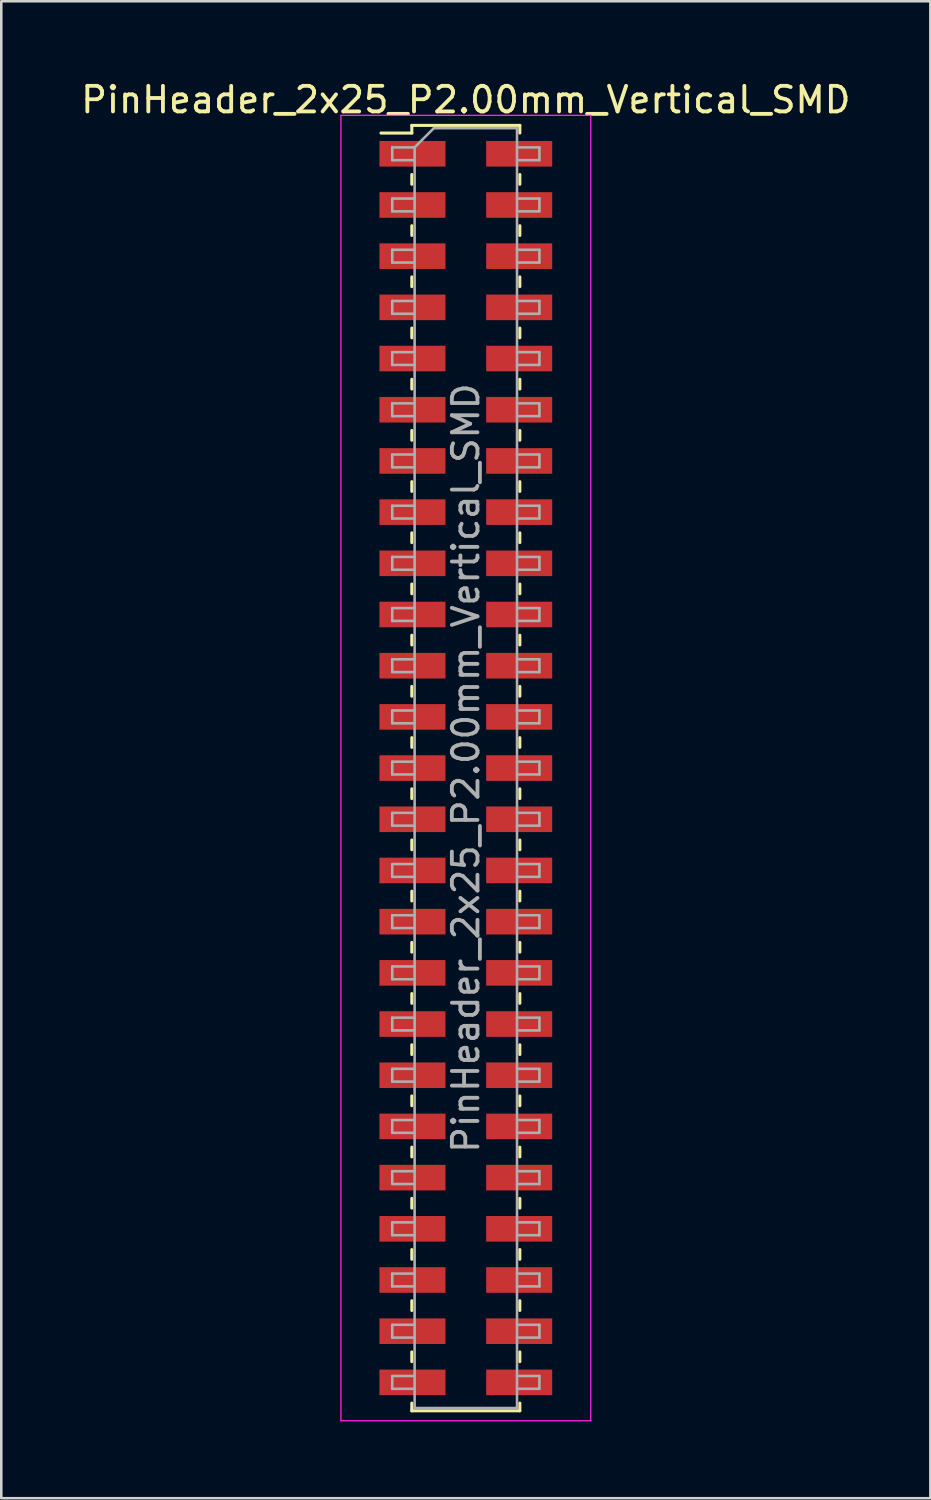
<source format=kicad_pcb>
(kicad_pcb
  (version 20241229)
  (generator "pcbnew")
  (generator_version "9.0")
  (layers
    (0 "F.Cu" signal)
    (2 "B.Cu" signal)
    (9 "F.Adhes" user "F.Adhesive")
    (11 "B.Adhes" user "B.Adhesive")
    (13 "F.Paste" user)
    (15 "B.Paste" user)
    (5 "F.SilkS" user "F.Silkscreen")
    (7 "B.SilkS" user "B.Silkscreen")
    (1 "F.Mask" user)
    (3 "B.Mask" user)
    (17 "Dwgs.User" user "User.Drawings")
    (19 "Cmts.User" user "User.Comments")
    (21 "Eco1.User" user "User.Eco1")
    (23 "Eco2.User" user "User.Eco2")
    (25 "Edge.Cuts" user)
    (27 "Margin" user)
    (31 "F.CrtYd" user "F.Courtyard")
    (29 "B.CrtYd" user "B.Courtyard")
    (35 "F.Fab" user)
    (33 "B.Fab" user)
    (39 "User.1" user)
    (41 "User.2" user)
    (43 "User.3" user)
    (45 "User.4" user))
  (footprint "PinHeader_2x25_P2.00mm_Vertical_SMD"
    (layer "F.Cu")
    (at 15.149 26.958)
    (property "Reference" "PinHeader_2x25_P2.00mm_Vertical_SMD" (at 0 -26.11 0) (layer "F.SilkS") (effects (font (size 1 1) (thickness 0.15))))
    (attr smd)
    (fp_line (start -3.315 -24.81) (end -2.11 -24.81) (stroke (width 0.12) (type solid)) (layer "F.SilkS"))
    (fp_line (start -2.11 -25.11) (end -2.11 -24.81) (stroke (width 0.12) (type solid)) (layer "F.SilkS"))
    (fp_line (start -2.11 -25.11) (end 2.11 -25.11) (stroke (width 0.12) (type solid)) (layer "F.SilkS"))
    (fp_line (start -2.11 -23.19) (end -2.11 -22.81) (stroke (width 0.12) (type solid)) (layer "F.SilkS"))
    (fp_line (start -2.11 -21.19) (end -2.11 -20.81) (stroke (width 0.12) (type solid)) (layer "F.SilkS"))
    (fp_line (start -2.11 -19.19) (end -2.11 -18.81) (stroke (width 0.12) (type solid)) (layer "F.SilkS"))
    (fp_line (start -2.11 -17.19) (end -2.11 -16.81) (stroke (width 0.12) (type solid)) (layer "F.SilkS"))
    (fp_line (start -2.11 -15.19) (end -2.11 -14.81) (stroke (width 0.12) (type solid)) (layer "F.SilkS"))
    (fp_line (start -2.11 -13.19) (end -2.11 -12.81) (stroke (width 0.12) (type solid)) (layer "F.SilkS"))
    (fp_line (start -2.11 -11.19) (end -2.11 -10.81) (stroke (width 0.12) (type solid)) (layer "F.SilkS"))
    (fp_line (start -2.11 -9.19) (end -2.11 -8.81) (stroke (width 0.12) (type solid)) (layer "F.SilkS"))
    (fp_line (start -2.11 -7.19) (end -2.11 -6.81) (stroke (width 0.12) (type solid)) (layer "F.SilkS"))
    (fp_line (start -2.11 -5.19) (end -2.11 -4.81) (stroke (width 0.12) (type solid)) (layer "F.SilkS"))
    (fp_line (start -2.11 -3.19) (end -2.11 -2.81) (stroke (width 0.12) (type solid)) (layer "F.SilkS"))
    (fp_line (start -2.11 -1.19) (end -2.11 -0.81) (stroke (width 0.12) (type solid)) (layer "F.SilkS"))
    (fp_line (start -2.11 0.81) (end -2.11 1.19) (stroke (width 0.12) (type solid)) (layer "F.SilkS"))
    (fp_line (start -2.11 2.81) (end -2.11 3.19) (stroke (width 0.12) (type solid)) (layer "F.SilkS"))
    (fp_line (start -2.11 4.81) (end -2.11 5.19) (stroke (width 0.12) (type solid)) (layer "F.SilkS"))
    (fp_line (start -2.11 6.81) (end -2.11 7.19) (stroke (width 0.12) (type solid)) (layer "F.SilkS"))
    (fp_line (start -2.11 8.81) (end -2.11 9.19) (stroke (width 0.12) (type solid)) (layer "F.SilkS"))
    (fp_line (start -2.11 10.81) (end -2.11 11.19) (stroke (width 0.12) (type solid)) (layer "F.SilkS"))
    (fp_line (start -2.11 12.81) (end -2.11 13.19) (stroke (width 0.12) (type solid)) (layer "F.SilkS"))
    (fp_line (start -2.11 14.81) (end -2.11 15.19) (stroke (width 0.12) (type solid)) (layer "F.SilkS"))
    (fp_line (start -2.11 16.81) (end -2.11 17.19) (stroke (width 0.12) (type solid)) (layer "F.SilkS"))
    (fp_line (start -2.11 18.81) (end -2.11 19.19) (stroke (width 0.12) (type solid)) (layer "F.SilkS"))
    (fp_line (start -2.11 20.81) (end -2.11 21.19) (stroke (width 0.12) (type solid)) (layer "F.SilkS"))
    (fp_line (start -2.11 22.81) (end -2.11 23.19) (stroke (width 0.12) (type solid)) (layer "F.SilkS"))
    (fp_line (start -2.11 24.81) (end -2.11 25.11) (stroke (width 0.12) (type solid)) (layer "F.SilkS"))
    (fp_line (start -2.11 25.11) (end 2.11 25.11) (stroke (width 0.12) (type solid)) (layer "F.SilkS"))
    (fp_line (start 2.11 -25.11) (end 2.11 -24.81) (stroke (width 0.12) (type solid)) (layer "F.SilkS"))
    (fp_line (start 2.11 -23.19) (end 2.11 -22.81) (stroke (width 0.12) (type solid)) (layer "F.SilkS"))
    (fp_line (start 2.11 -21.19) (end 2.11 -20.81) (stroke (width 0.12) (type solid)) (layer "F.SilkS"))
    (fp_line (start 2.11 -19.19) (end 2.11 -18.81) (stroke (width 0.12) (type solid)) (layer "F.SilkS"))
    (fp_line (start 2.11 -17.19) (end 2.11 -16.81) (stroke (width 0.12) (type solid)) (layer "F.SilkS"))
    (fp_line (start 2.11 -15.19) (end 2.11 -14.81) (stroke (width 0.12) (type solid)) (layer "F.SilkS"))
    (fp_line (start 2.11 -13.19) (end 2.11 -12.81) (stroke (width 0.12) (type solid)) (layer "F.SilkS"))
    (fp_line (start 2.11 -11.19) (end 2.11 -10.81) (stroke (width 0.12) (type solid)) (layer "F.SilkS"))
    (fp_line (start 2.11 -9.19) (end 2.11 -8.81) (stroke (width 0.12) (type solid)) (layer "F.SilkS"))
    (fp_line (start 2.11 -7.19) (end 2.11 -6.81) (stroke (width 0.12) (type solid)) (layer "F.SilkS"))
    (fp_line (start 2.11 -5.19) (end 2.11 -4.81) (stroke (width 0.12) (type solid)) (layer "F.SilkS"))
    (fp_line (start 2.11 -3.19) (end 2.11 -2.81) (stroke (width 0.12) (type solid)) (layer "F.SilkS"))
    (fp_line (start 2.11 -1.19) (end 2.11 -0.81) (stroke (width 0.12) (type solid)) (layer "F.SilkS"))
    (fp_line (start 2.11 0.81) (end 2.11 1.19) (stroke (width 0.12) (type solid)) (layer "F.SilkS"))
    (fp_line (start 2.11 2.81) (end 2.11 3.19) (stroke (width 0.12) (type solid)) (layer "F.SilkS"))
    (fp_line (start 2.11 4.81) (end 2.11 5.19) (stroke (width 0.12) (type solid)) (layer "F.SilkS"))
    (fp_line (start 2.11 6.81) (end 2.11 7.19) (stroke (width 0.12) (type solid)) (layer "F.SilkS"))
    (fp_line (start 2.11 8.81) (end 2.11 9.19) (stroke (width 0.12) (type solid)) (layer "F.SilkS"))
    (fp_line (start 2.11 10.81) (end 2.11 11.19) (stroke (width 0.12) (type solid)) (layer "F.SilkS"))
    (fp_line (start 2.11 12.81) (end 2.11 13.19) (stroke (width 0.12) (type solid)) (layer "F.SilkS"))
    (fp_line (start 2.11 14.81) (end 2.11 15.19) (stroke (width 0.12) (type solid)) (layer "F.SilkS"))
    (fp_line (start 2.11 16.81) (end 2.11 17.19) (stroke (width 0.12) (type solid)) (layer "F.SilkS"))
    (fp_line (start 2.11 18.81) (end 2.11 19.19) (stroke (width 0.12) (type solid)) (layer "F.SilkS"))
    (fp_line (start 2.11 20.81) (end 2.11 21.19) (stroke (width 0.12) (type solid)) (layer "F.SilkS"))
    (fp_line (start 2.11 22.81) (end 2.11 23.19) (stroke (width 0.12) (type solid)) (layer "F.SilkS"))
    (fp_line (start 2.11 24.81) (end 2.11 25.11) (stroke (width 0.12) (type solid)) (layer "F.SilkS"))
    (fp_line (start -4.88 -25.5) (end -4.88 25.5) (stroke (width 0.05) (type solid)) (layer "F.CrtYd"))
    (fp_line (start -4.88 25.5) (end 4.88 25.5) (stroke (width 0.05) (type solid)) (layer "F.CrtYd"))
    (fp_line (start 4.88 -25.5) (end -4.88 -25.5) (stroke (width 0.05) (type solid)) (layer "F.CrtYd"))
    (fp_line (start 4.88 25.5) (end 4.88 -25.5) (stroke (width 0.05) (type solid)) (layer "F.CrtYd"))
    (fp_line (start -2.875 -24.25) (end -2.875 -23.75) (stroke (width 0.1) (type solid)) (layer "F.Fab"))
    (fp_line (start -2.875 -23.75) (end -2 -23.75) (stroke (width 0.1) (type solid)) (layer "F.Fab"))
    (fp_line (start -2.875 -22.25) (end -2.875 -21.75) (stroke (width 0.1) (type solid)) (layer "F.Fab"))
    (fp_line (start -2.875 -21.75) (end -2 -21.75) (stroke (width 0.1) (type solid)) (layer "F.Fab"))
    (fp_line (start -2.875 -20.25) (end -2.875 -19.75) (stroke (width 0.1) (type solid)) (layer "F.Fab"))
    (fp_line (start -2.875 -19.75) (end -2 -19.75) (stroke (width 0.1) (type solid)) (layer "F.Fab"))
    (fp_line (start -2.875 -18.25) (end -2.875 -17.75) (stroke (width 0.1) (type solid)) (layer "F.Fab"))
    (fp_line (start -2.875 -17.75) (end -2 -17.75) (stroke (width 0.1) (type solid)) (layer "F.Fab"))
    (fp_line (start -2.875 -16.25) (end -2.875 -15.75) (stroke (width 0.1) (type solid)) (layer "F.Fab"))
    (fp_line (start -2.875 -15.75) (end -2 -15.75) (stroke (width 0.1) (type solid)) (layer "F.Fab"))
    (fp_line (start -2.875 -14.25) (end -2.875 -13.75) (stroke (width 0.1) (type solid)) (layer "F.Fab"))
    (fp_line (start -2.875 -13.75) (end -2 -13.75) (stroke (width 0.1) (type solid)) (layer "F.Fab"))
    (fp_line (start -2.875 -12.25) (end -2.875 -11.75) (stroke (width 0.1) (type solid)) (layer "F.Fab"))
    (fp_line (start -2.875 -11.75) (end -2 -11.75) (stroke (width 0.1) (type solid)) (layer "F.Fab"))
    (fp_line (start -2.875 -10.25) (end -2.875 -9.75) (stroke (width 0.1) (type solid)) (layer "F.Fab"))
    (fp_line (start -2.875 -9.75) (end -2 -9.75) (stroke (width 0.1) (type solid)) (layer "F.Fab"))
    (fp_line (start -2.875 -8.25) (end -2.875 -7.75) (stroke (width 0.1) (type solid)) (layer "F.Fab"))
    (fp_line (start -2.875 -7.75) (end -2 -7.75) (stroke (width 0.1) (type solid)) (layer "F.Fab"))
    (fp_line (start -2.875 -6.25) (end -2.875 -5.75) (stroke (width 0.1) (type solid)) (layer "F.Fab"))
    (fp_line (start -2.875 -5.75) (end -2 -5.75) (stroke (width 0.1) (type solid)) (layer "F.Fab"))
    (fp_line (start -2.875 -4.25) (end -2.875 -3.75) (stroke (width 0.1) (type solid)) (layer "F.Fab"))
    (fp_line (start -2.875 -3.75) (end -2 -3.75) (stroke (width 0.1) (type solid)) (layer "F.Fab"))
    (fp_line (start -2.875 -2.25) (end -2.875 -1.75) (stroke (width 0.1) (type solid)) (layer "F.Fab"))
    (fp_line (start -2.875 -1.75) (end -2 -1.75) (stroke (width 0.1) (type solid)) (layer "F.Fab"))
    (fp_line (start -2.875 -0.25) (end -2.875 0.25) (stroke (width 0.1) (type solid)) (layer "F.Fab"))
    (fp_line (start -2.875 0.25) (end -2 0.25) (stroke (width 0.1) (type solid)) (layer "F.Fab"))
    (fp_line (start -2.875 1.75) (end -2.875 2.25) (stroke (width 0.1) (type solid)) (layer "F.Fab"))
    (fp_line (start -2.875 2.25) (end -2 2.25) (stroke (width 0.1) (type solid)) (layer "F.Fab"))
    (fp_line (start -2.875 3.75) (end -2.875 4.25) (stroke (width 0.1) (type solid)) (layer "F.Fab"))
    (fp_line (start -2.875 4.25) (end -2 4.25) (stroke (width 0.1) (type solid)) (layer "F.Fab"))
    (fp_line (start -2.875 5.75) (end -2.875 6.25) (stroke (width 0.1) (type solid)) (layer "F.Fab"))
    (fp_line (start -2.875 6.25) (end -2 6.25) (stroke (width 0.1) (type solid)) (layer "F.Fab"))
    (fp_line (start -2.875 7.75) (end -2.875 8.25) (stroke (width 0.1) (type solid)) (layer "F.Fab"))
    (fp_line (start -2.875 8.25) (end -2 8.25) (stroke (width 0.1) (type solid)) (layer "F.Fab"))
    (fp_line (start -2.875 9.75) (end -2.875 10.25) (stroke (width 0.1) (type solid)) (layer "F.Fab"))
    (fp_line (start -2.875 10.25) (end -2 10.25) (stroke (width 0.1) (type solid)) (layer "F.Fab"))
    (fp_line (start -2.875 11.75) (end -2.875 12.25) (stroke (width 0.1) (type solid)) (layer "F.Fab"))
    (fp_line (start -2.875 12.25) (end -2 12.25) (stroke (width 0.1) (type solid)) (layer "F.Fab"))
    (fp_line (start -2.875 13.75) (end -2.875 14.25) (stroke (width 0.1) (type solid)) (layer "F.Fab"))
    (fp_line (start -2.875 14.25) (end -2 14.25) (stroke (width 0.1) (type solid)) (layer "F.Fab"))
    (fp_line (start -2.875 15.75) (end -2.875 16.25) (stroke (width 0.1) (type solid)) (layer "F.Fab"))
    (fp_line (start -2.875 16.25) (end -2 16.25) (stroke (width 0.1) (type solid)) (layer "F.Fab"))
    (fp_line (start -2.875 17.75) (end -2.875 18.25) (stroke (width 0.1) (type solid)) (layer "F.Fab"))
    (fp_line (start -2.875 18.25) (end -2 18.25) (stroke (width 0.1) (type solid)) (layer "F.Fab"))
    (fp_line (start -2.875 19.75) (end -2.875 20.25) (stroke (width 0.1) (type solid)) (layer "F.Fab"))
    (fp_line (start -2.875 20.25) (end -2 20.25) (stroke (width 0.1) (type solid)) (layer "F.Fab"))
    (fp_line (start -2.875 21.75) (end -2.875 22.25) (stroke (width 0.1) (type solid)) (layer "F.Fab"))
    (fp_line (start -2.875 22.25) (end -2 22.25) (stroke (width 0.1) (type solid)) (layer "F.Fab"))
    (fp_line (start -2.875 23.75) (end -2.875 24.25) (stroke (width 0.1) (type solid)) (layer "F.Fab"))
    (fp_line (start -2.875 24.25) (end -2 24.25) (stroke (width 0.1) (type solid)) (layer "F.Fab"))
    (fp_line (start -2 -24.25) (end -2.875 -24.25) (stroke (width 0.1) (type solid)) (layer "F.Fab"))
    (fp_line (start -2 -24.25) (end -1.25 -25) (stroke (width 0.1) (type solid)) (layer "F.Fab"))
    (fp_line (start -2 -22.25) (end -2.875 -22.25) (stroke (width 0.1) (type solid)) (layer "F.Fab"))
    (fp_line (start -2 -20.25) (end -2.875 -20.25) (stroke (width 0.1) (type solid)) (layer "F.Fab"))
    (fp_line (start -2 -18.25) (end -2.875 -18.25) (stroke (width 0.1) (type solid)) (layer "F.Fab"))
    (fp_line (start -2 -16.25) (end -2.875 -16.25) (stroke (width 0.1) (type solid)) (layer "F.Fab"))
    (fp_line (start -2 -14.25) (end -2.875 -14.25) (stroke (width 0.1) (type solid)) (layer "F.Fab"))
    (fp_line (start -2 -12.25) (end -2.875 -12.25) (stroke (width 0.1) (type solid)) (layer "F.Fab"))
    (fp_line (start -2 -10.25) (end -2.875 -10.25) (stroke (width 0.1) (type solid)) (layer "F.Fab"))
    (fp_line (start -2 -8.25) (end -2.875 -8.25) (stroke (width 0.1) (type solid)) (layer "F.Fab"))
    (fp_line (start -2 -6.25) (end -2.875 -6.25) (stroke (width 0.1) (type solid)) (layer "F.Fab"))
    (fp_line (start -2 -4.25) (end -2.875 -4.25) (stroke (width 0.1) (type solid)) (layer "F.Fab"))
    (fp_line (start -2 -2.25) (end -2.875 -2.25) (stroke (width 0.1) (type solid)) (layer "F.Fab"))
    (fp_line (start -2 -0.25) (end -2.875 -0.25) (stroke (width 0.1) (type solid)) (layer "F.Fab"))
    (fp_line (start -2 1.75) (end -2.875 1.75) (stroke (width 0.1) (type solid)) (layer "F.Fab"))
    (fp_line (start -2 3.75) (end -2.875 3.75) (stroke (width 0.1) (type solid)) (layer "F.Fab"))
    (fp_line (start -2 5.75) (end -2.875 5.75) (stroke (width 0.1) (type solid)) (layer "F.Fab"))
    (fp_line (start -2 7.75) (end -2.875 7.75) (stroke (width 0.1) (type solid)) (layer "F.Fab"))
    (fp_line (start -2 9.75) (end -2.875 9.75) (stroke (width 0.1) (type solid)) (layer "F.Fab"))
    (fp_line (start -2 11.75) (end -2.875 11.75) (stroke (width 0.1) (type solid)) (layer "F.Fab"))
    (fp_line (start -2 13.75) (end -2.875 13.75) (stroke (width 0.1) (type solid)) (layer "F.Fab"))
    (fp_line (start -2 15.75) (end -2.875 15.75) (stroke (width 0.1) (type solid)) (layer "F.Fab"))
    (fp_line (start -2 17.75) (end -2.875 17.75) (stroke (width 0.1) (type solid)) (layer "F.Fab"))
    (fp_line (start -2 19.75) (end -2.875 19.75) (stroke (width 0.1) (type solid)) (layer "F.Fab"))
    (fp_line (start -2 21.75) (end -2.875 21.75) (stroke (width 0.1) (type solid)) (layer "F.Fab"))
    (fp_line (start -2 23.75) (end -2.875 23.75) (stroke (width 0.1) (type solid)) (layer "F.Fab"))
    (fp_line (start -2 25) (end -2 -24.25) (stroke (width 0.1) (type solid)) (layer "F.Fab"))
    (fp_line (start -1.25 -25) (end 2 -25) (stroke (width 0.1) (type solid)) (layer "F.Fab"))
    (fp_line (start 2 -25) (end 2 25) (stroke (width 0.1) (type solid)) (layer "F.Fab"))
    (fp_line (start 2 -24.25) (end 2.875 -24.25) (stroke (width 0.1) (type solid)) (layer "F.Fab"))
    (fp_line (start 2 -22.25) (end 2.875 -22.25) (stroke (width 0.1) (type solid)) (layer "F.Fab"))
    (fp_line (start 2 -20.25) (end 2.875 -20.25) (stroke (width 0.1) (type solid)) (layer "F.Fab"))
    (fp_line (start 2 -18.25) (end 2.875 -18.25) (stroke (width 0.1) (type solid)) (layer "F.Fab"))
    (fp_line (start 2 -16.25) (end 2.875 -16.25) (stroke (width 0.1) (type solid)) (layer "F.Fab"))
    (fp_line (start 2 -14.25) (end 2.875 -14.25) (stroke (width 0.1) (type solid)) (layer "F.Fab"))
    (fp_line (start 2 -12.25) (end 2.875 -12.25) (stroke (width 0.1) (type solid)) (layer "F.Fab"))
    (fp_line (start 2 -10.25) (end 2.875 -10.25) (stroke (width 0.1) (type solid)) (layer "F.Fab"))
    (fp_line (start 2 -8.25) (end 2.875 -8.25) (stroke (width 0.1) (type solid)) (layer "F.Fab"))
    (fp_line (start 2 -6.25) (end 2.875 -6.25) (stroke (width 0.1) (type solid)) (layer "F.Fab"))
    (fp_line (start 2 -4.25) (end 2.875 -4.25) (stroke (width 0.1) (type solid)) (layer "F.Fab"))
    (fp_line (start 2 -2.25) (end 2.875 -2.25) (stroke (width 0.1) (type solid)) (layer "F.Fab"))
    (fp_line (start 2 -0.25) (end 2.875 -0.25) (stroke (width 0.1) (type solid)) (layer "F.Fab"))
    (fp_line (start 2 1.75) (end 2.875 1.75) (stroke (width 0.1) (type solid)) (layer "F.Fab"))
    (fp_line (start 2 3.75) (end 2.875 3.75) (stroke (width 0.1) (type solid)) (layer "F.Fab"))
    (fp_line (start 2 5.75) (end 2.875 5.75) (stroke (width 0.1) (type solid)) (layer "F.Fab"))
    (fp_line (start 2 7.75) (end 2.875 7.75) (stroke (width 0.1) (type solid)) (layer "F.Fab"))
    (fp_line (start 2 9.75) (end 2.875 9.75) (stroke (width 0.1) (type solid)) (layer "F.Fab"))
    (fp_line (start 2 11.75) (end 2.875 11.75) (stroke (width 0.1) (type solid)) (layer "F.Fab"))
    (fp_line (start 2 13.75) (end 2.875 13.75) (stroke (width 0.1) (type solid)) (layer "F.Fab"))
    (fp_line (start 2 15.75) (end 2.875 15.75) (stroke (width 0.1) (type solid)) (layer "F.Fab"))
    (fp_line (start 2 17.75) (end 2.875 17.75) (stroke (width 0.1) (type solid)) (layer "F.Fab"))
    (fp_line (start 2 19.75) (end 2.875 19.75) (stroke (width 0.1) (type solid)) (layer "F.Fab"))
    (fp_line (start 2 21.75) (end 2.875 21.75) (stroke (width 0.1) (type solid)) (layer "F.Fab"))
    (fp_line (start 2 23.75) (end 2.875 23.75) (stroke (width 0.1) (type solid)) (layer "F.Fab"))
    (fp_line (start 2 25) (end -2 25) (stroke (width 0.1) (type solid)) (layer "F.Fab"))
    (fp_line (start 2.875 -24.25) (end 2.875 -23.75) (stroke (width 0.1) (type solid)) (layer "F.Fab"))
    (fp_line (start 2.875 -23.75) (end 2 -23.75) (stroke (width 0.1) (type solid)) (layer "F.Fab"))
    (fp_line (start 2.875 -22.25) (end 2.875 -21.75) (stroke (width 0.1) (type solid)) (layer "F.Fab"))
    (fp_line (start 2.875 -21.75) (end 2 -21.75) (stroke (width 0.1) (type solid)) (layer "F.Fab"))
    (fp_line (start 2.875 -20.25) (end 2.875 -19.75) (stroke (width 0.1) (type solid)) (layer "F.Fab"))
    (fp_line (start 2.875 -19.75) (end 2 -19.75) (stroke (width 0.1) (type solid)) (layer "F.Fab"))
    (fp_line (start 2.875 -18.25) (end 2.875 -17.75) (stroke (width 0.1) (type solid)) (layer "F.Fab"))
    (fp_line (start 2.875 -17.75) (end 2 -17.75) (stroke (width 0.1) (type solid)) (layer "F.Fab"))
    (fp_line (start 2.875 -16.25) (end 2.875 -15.75) (stroke (width 0.1) (type solid)) (layer "F.Fab"))
    (fp_line (start 2.875 -15.75) (end 2 -15.75) (stroke (width 0.1) (type solid)) (layer "F.Fab"))
    (fp_line (start 2.875 -14.25) (end 2.875 -13.75) (stroke (width 0.1) (type solid)) (layer "F.Fab"))
    (fp_line (start 2.875 -13.75) (end 2 -13.75) (stroke (width 0.1) (type solid)) (layer "F.Fab"))
    (fp_line (start 2.875 -12.25) (end 2.875 -11.75) (stroke (width 0.1) (type solid)) (layer "F.Fab"))
    (fp_line (start 2.875 -11.75) (end 2 -11.75) (stroke (width 0.1) (type solid)) (layer "F.Fab"))
    (fp_line (start 2.875 -10.25) (end 2.875 -9.75) (stroke (width 0.1) (type solid)) (layer "F.Fab"))
    (fp_line (start 2.875 -9.75) (end 2 -9.75) (stroke (width 0.1) (type solid)) (layer "F.Fab"))
    (fp_line (start 2.875 -8.25) (end 2.875 -7.75) (stroke (width 0.1) (type solid)) (layer "F.Fab"))
    (fp_line (start 2.875 -7.75) (end 2 -7.75) (stroke (width 0.1) (type solid)) (layer "F.Fab"))
    (fp_line (start 2.875 -6.25) (end 2.875 -5.75) (stroke (width 0.1) (type solid)) (layer "F.Fab"))
    (fp_line (start 2.875 -5.75) (end 2 -5.75) (stroke (width 0.1) (type solid)) (layer "F.Fab"))
    (fp_line (start 2.875 -4.25) (end 2.875 -3.75) (stroke (width 0.1) (type solid)) (layer "F.Fab"))
    (fp_line (start 2.875 -3.75) (end 2 -3.75) (stroke (width 0.1) (type solid)) (layer "F.Fab"))
    (fp_line (start 2.875 -2.25) (end 2.875 -1.75) (stroke (width 0.1) (type solid)) (layer "F.Fab"))
    (fp_line (start 2.875 -1.75) (end 2 -1.75) (stroke (width 0.1) (type solid)) (layer "F.Fab"))
    (fp_line (start 2.875 -0.25) (end 2.875 0.25) (stroke (width 0.1) (type solid)) (layer "F.Fab"))
    (fp_line (start 2.875 0.25) (end 2 0.25) (stroke (width 0.1) (type solid)) (layer "F.Fab"))
    (fp_line (start 2.875 1.75) (end 2.875 2.25) (stroke (width 0.1) (type solid)) (layer "F.Fab"))
    (fp_line (start 2.875 2.25) (end 2 2.25) (stroke (width 0.1) (type solid)) (layer "F.Fab"))
    (fp_line (start 2.875 3.75) (end 2.875 4.25) (stroke (width 0.1) (type solid)) (layer "F.Fab"))
    (fp_line (start 2.875 4.25) (end 2 4.25) (stroke (width 0.1) (type solid)) (layer "F.Fab"))
    (fp_line (start 2.875 5.75) (end 2.875 6.25) (stroke (width 0.1) (type solid)) (layer "F.Fab"))
    (fp_line (start 2.875 6.25) (end 2 6.25) (stroke (width 0.1) (type solid)) (layer "F.Fab"))
    (fp_line (start 2.875 7.75) (end 2.875 8.25) (stroke (width 0.1) (type solid)) (layer "F.Fab"))
    (fp_line (start 2.875 8.25) (end 2 8.25) (stroke (width 0.1) (type solid)) (layer "F.Fab"))
    (fp_line (start 2.875 9.75) (end 2.875 10.25) (stroke (width 0.1) (type solid)) (layer "F.Fab"))
    (fp_line (start 2.875 10.25) (end 2 10.25) (stroke (width 0.1) (type solid)) (layer "F.Fab"))
    (fp_line (start 2.875 11.75) (end 2.875 12.25) (stroke (width 0.1) (type solid)) (layer "F.Fab"))
    (fp_line (start 2.875 12.25) (end 2 12.25) (stroke (width 0.1) (type solid)) (layer "F.Fab"))
    (fp_line (start 2.875 13.75) (end 2.875 14.25) (stroke (width 0.1) (type solid)) (layer "F.Fab"))
    (fp_line (start 2.875 14.25) (end 2 14.25) (stroke (width 0.1) (type solid)) (layer "F.Fab"))
    (fp_line (start 2.875 15.75) (end 2.875 16.25) (stroke (width 0.1) (type solid)) (layer "F.Fab"))
    (fp_line (start 2.875 16.25) (end 2 16.25) (stroke (width 0.1) (type solid)) (layer "F.Fab"))
    (fp_line (start 2.875 17.75) (end 2.875 18.25) (stroke (width 0.1) (type solid)) (layer "F.Fab"))
    (fp_line (start 2.875 18.25) (end 2 18.25) (stroke (width 0.1) (type solid)) (layer "F.Fab"))
    (fp_line (start 2.875 19.75) (end 2.875 20.25) (stroke (width 0.1) (type solid)) (layer "F.Fab"))
    (fp_line (start 2.875 20.25) (end 2 20.25) (stroke (width 0.1) (type solid)) (layer "F.Fab"))
    (fp_line (start 2.875 21.75) (end 2.875 22.25) (stroke (width 0.1) (type solid)) (layer "F.Fab"))
    (fp_line (start 2.875 22.25) (end 2 22.25) (stroke (width 0.1) (type solid)) (layer "F.Fab"))
    (fp_line (start 2.875 23.75) (end 2.875 24.25) (stroke (width 0.1) (type solid)) (layer "F.Fab"))
    (fp_line (start 2.875 24.25) (end 2 24.25) (stroke (width 0.1) (type solid)) (layer "F.Fab"))
    (fp_text user "${REFERENCE}" (at 0 0 90) (layer "F.Fab") (effects (font (size 1 1) (thickness 0.15))))
    (pad "1" smd rect (at -2.085 -24) (size 2.58 1) (layers "F.Cu" "F.Mask" "F.Paste"))
    (pad "2" smd rect (at 2.085 -24) (size 2.58 1) (layers "F.Cu" "F.Mask" "F.Paste"))
    (pad "3" smd rect (at -2.085 -22) (size 2.58 1) (layers "F.Cu" "F.Mask" "F.Paste"))
    (pad "4" smd rect (at 2.085 -22) (size 2.58 1) (layers "F.Cu" "F.Mask" "F.Paste"))
    (pad "5" smd rect (at -2.085 -20) (size 2.58 1) (layers "F.Cu" "F.Mask" "F.Paste"))
    (pad "6" smd rect (at 2.085 -20) (size 2.58 1) (layers "F.Cu" "F.Mask" "F.Paste"))
    (pad "7" smd rect (at -2.085 -18) (size 2.58 1) (layers "F.Cu" "F.Mask" "F.Paste"))
    (pad "8" smd rect (at 2.085 -18) (size 2.58 1) (layers "F.Cu" "F.Mask" "F.Paste"))
    (pad "9" smd rect (at -2.085 -16) (size 2.58 1) (layers "F.Cu" "F.Mask" "F.Paste"))
    (pad "10" smd rect (at 2.085 -16) (size 2.58 1) (layers "F.Cu" "F.Mask" "F.Paste"))
    (pad "11" smd rect (at -2.085 -14) (size 2.58 1) (layers "F.Cu" "F.Mask" "F.Paste"))
    (pad "12" smd rect (at 2.085 -14) (size 2.58 1) (layers "F.Cu" "F.Mask" "F.Paste"))
    (pad "13" smd rect (at -2.085 -12) (size 2.58 1) (layers "F.Cu" "F.Mask" "F.Paste"))
    (pad "14" smd rect (at 2.085 -12) (size 2.58 1) (layers "F.Cu" "F.Mask" "F.Paste"))
    (pad "15" smd rect (at -2.085 -10) (size 2.58 1) (layers "F.Cu" "F.Mask" "F.Paste"))
    (pad "16" smd rect (at 2.085 -10) (size 2.58 1) (layers "F.Cu" "F.Mask" "F.Paste"))
    (pad "17" smd rect (at -2.085 -8) (size 2.58 1) (layers "F.Cu" "F.Mask" "F.Paste"))
    (pad "18" smd rect (at 2.085 -8) (size 2.58 1) (layers "F.Cu" "F.Mask" "F.Paste"))
    (pad "19" smd rect (at -2.085 -6) (size 2.58 1) (layers "F.Cu" "F.Mask" "F.Paste"))
    (pad "20" smd rect (at 2.085 -6) (size 2.58 1) (layers "F.Cu" "F.Mask" "F.Paste"))
    (pad "21" smd rect (at -2.085 -4) (size 2.58 1) (layers "F.Cu" "F.Mask" "F.Paste"))
    (pad "22" smd rect (at 2.085 -4) (size 2.58 1) (layers "F.Cu" "F.Mask" "F.Paste"))
    (pad "23" smd rect (at -2.085 -2) (size 2.58 1) (layers "F.Cu" "F.Mask" "F.Paste"))
    (pad "24" smd rect (at 2.085 -2) (size 2.58 1) (layers "F.Cu" "F.Mask" "F.Paste"))
    (pad "25" smd rect (at -2.085 0) (size 2.58 1) (layers "F.Cu" "F.Mask" "F.Paste"))
    (pad "26" smd rect (at 2.085 0) (size 2.58 1) (layers "F.Cu" "F.Mask" "F.Paste"))
    (pad "27" smd rect (at -2.085 2) (size 2.58 1) (layers "F.Cu" "F.Mask" "F.Paste"))
    (pad "28" smd rect (at 2.085 2) (size 2.58 1) (layers "F.Cu" "F.Mask" "F.Paste"))
    (pad "29" smd rect (at -2.085 4) (size 2.58 1) (layers "F.Cu" "F.Mask" "F.Paste"))
    (pad "30" smd rect (at 2.085 4) (size 2.58 1) (layers "F.Cu" "F.Mask" "F.Paste"))
    (pad "31" smd rect (at -2.085 6) (size 2.58 1) (layers "F.Cu" "F.Mask" "F.Paste"))
    (pad "32" smd rect (at 2.085 6) (size 2.58 1) (layers "F.Cu" "F.Mask" "F.Paste"))
    (pad "33" smd rect (at -2.085 8) (size 2.58 1) (layers "F.Cu" "F.Mask" "F.Paste"))
    (pad "34" smd rect (at 2.085 8) (size 2.58 1) (layers "F.Cu" "F.Mask" "F.Paste"))
    (pad "35" smd rect (at -2.085 10) (size 2.58 1) (layers "F.Cu" "F.Mask" "F.Paste"))
    (pad "36" smd rect (at 2.085 10) (size 2.58 1) (layers "F.Cu" "F.Mask" "F.Paste"))
    (pad "37" smd rect (at -2.085 12) (size 2.58 1) (layers "F.Cu" "F.Mask" "F.Paste"))
    (pad "38" smd rect (at 2.085 12) (size 2.58 1) (layers "F.Cu" "F.Mask" "F.Paste"))
    (pad "39" smd rect (at -2.085 14) (size 2.58 1) (layers "F.Cu" "F.Mask" "F.Paste"))
    (pad "40" smd rect (at 2.085 14) (size 2.58 1) (layers "F.Cu" "F.Mask" "F.Paste"))
    (pad "41" smd rect (at -2.085 16) (size 2.58 1) (layers "F.Cu" "F.Mask" "F.Paste"))
    (pad "42" smd rect (at 2.085 16) (size 2.58 1) (layers "F.Cu" "F.Mask" "F.Paste"))
    (pad "43" smd rect (at -2.085 18) (size 2.58 1) (layers "F.Cu" "F.Mask" "F.Paste"))
    (pad "44" smd rect (at 2.085 18) (size 2.58 1) (layers "F.Cu" "F.Mask" "F.Paste"))
    (pad "45" smd rect (at -2.085 20) (size 2.58 1) (layers "F.Cu" "F.Mask" "F.Paste"))
    (pad "46" smd rect (at 2.085 20) (size 2.58 1) (layers "F.Cu" "F.Mask" "F.Paste"))
    (pad "47" smd rect (at -2.085 22) (size 2.58 1) (layers "F.Cu" "F.Mask" "F.Paste"))
    (pad "48" smd rect (at 2.085 22) (size 2.58 1) (layers "F.Cu" "F.Mask" "F.Paste"))
    (pad "49" smd rect (at -2.085 24) (size 2.58 1) (layers "F.Cu" "F.Mask" "F.Paste"))
    (pad "50" smd rect (at 2.085 24) (size 2.58 1) (layers "F.Cu" "F.Mask" "F.Paste")))
  (gr_rect
    (start -3 -3)
    (end 33.298 55.483)
    (stroke (width 0.1) (type default))
    (fill no)
    (layer "Edge.Cuts")))
</source>
